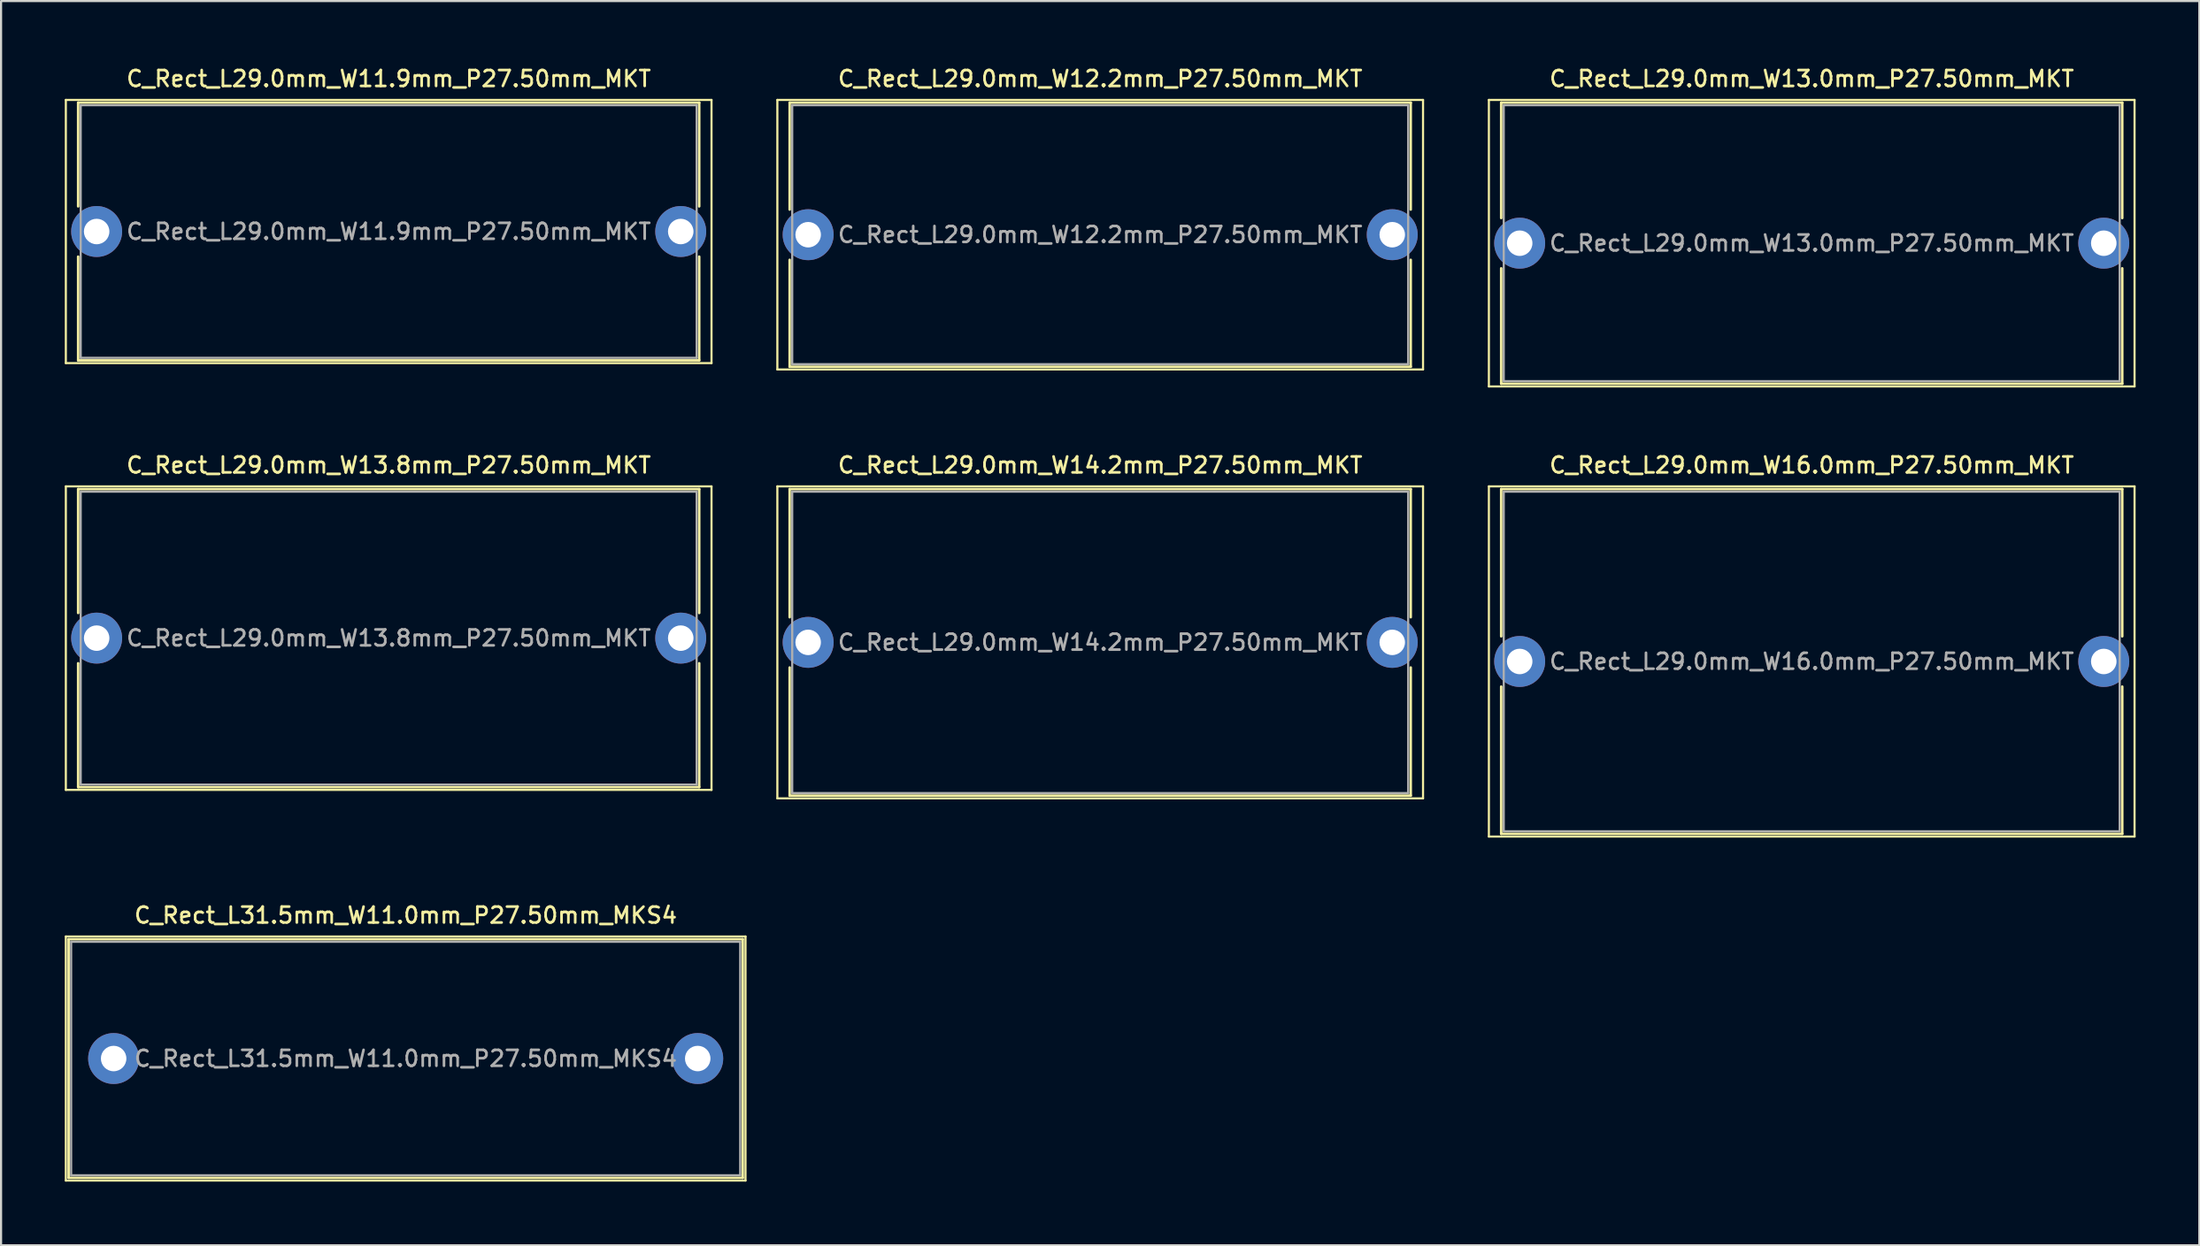
<source format=kicad_pcb>
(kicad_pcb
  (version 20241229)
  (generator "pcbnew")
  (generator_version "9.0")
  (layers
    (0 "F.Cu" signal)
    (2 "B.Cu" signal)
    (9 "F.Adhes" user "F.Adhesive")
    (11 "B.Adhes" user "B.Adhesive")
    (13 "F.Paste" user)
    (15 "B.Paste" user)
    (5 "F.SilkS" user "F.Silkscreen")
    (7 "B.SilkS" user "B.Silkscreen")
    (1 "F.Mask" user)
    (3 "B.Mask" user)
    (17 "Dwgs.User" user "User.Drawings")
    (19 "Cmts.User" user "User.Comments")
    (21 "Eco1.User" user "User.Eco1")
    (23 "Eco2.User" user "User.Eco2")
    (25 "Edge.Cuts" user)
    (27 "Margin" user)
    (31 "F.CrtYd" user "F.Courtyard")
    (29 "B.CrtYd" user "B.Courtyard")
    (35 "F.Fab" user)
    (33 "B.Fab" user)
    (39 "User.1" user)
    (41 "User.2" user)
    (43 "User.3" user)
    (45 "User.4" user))
  (footprint "C_Rect_L29.0mm_W12.2mm_P27.50mm_MKT"
    (layer "F.Cu")
    (at 35 8.008)
    (property "Reference" "C_Rect_L29.0mm_W12.2mm_P27.50mm_MKT" (at 13.75 -7.35 0) (layer "F.SilkS") (effects (font (size 0.75 0.75) (thickness 0.125))))
    (attr through_hole)
    (fp_line (start -1.45 -6.35) (end -1.45 6.35) (stroke (width 0.1) (type solid)) (layer "F.SilkS"))
    (fp_line (start -1.45 6.35) (end 28.95 6.35) (stroke (width 0.1) (type solid)) (layer "F.SilkS"))
    (fp_line (start -0.87 -6.22) (end -0.87 -1.185) (stroke (width 0.12) (type solid)) (layer "F.SilkS"))
    (fp_line (start -0.87 -6.22) (end 28.37 -6.22) (stroke (width 0.12) (type solid)) (layer "F.SilkS"))
    (fp_line (start -0.87 1.185) (end -0.87 6.22) (stroke (width 0.12) (type solid)) (layer "F.SilkS"))
    (fp_line (start -0.87 6.22) (end 28.37 6.22) (stroke (width 0.12) (type solid)) (layer "F.SilkS"))
    (fp_line (start 28.37 -6.22) (end 28.37 -1.185) (stroke (width 0.12) (type solid)) (layer "F.SilkS"))
    (fp_line (start 28.37 1.185) (end 28.37 6.22) (stroke (width 0.12) (type solid)) (layer "F.SilkS"))
    (fp_line (start 28.95 -6.35) (end -1.45 -6.35) (stroke (width 0.1) (type solid)) (layer "F.SilkS"))
    (fp_line (start 28.95 6.35) (end 28.95 -6.35) (stroke (width 0.1) (type solid)) (layer "F.SilkS"))
    (fp_line (start -0.75 -6.1) (end -0.75 6.1) (stroke (width 0.1) (type solid)) (layer "F.Fab"))
    (fp_line (start -0.75 6.1) (end 28.25 6.1) (stroke (width 0.1) (type solid)) (layer "F.Fab"))
    (fp_line (start 28.25 -6.1) (end -0.75 -6.1) (stroke (width 0.1) (type solid)) (layer "F.Fab"))
    (fp_line (start 28.25 6.1) (end 28.25 -6.1) (stroke (width 0.1) (type solid)) (layer "F.Fab"))
    (fp_text user "${REFERENCE}" (at 13.75 0 0) (layer "F.Fab") (effects (font (size 0.75 0.75) (thickness 0.125))))
    (pad "1" thru_hole circle (at 0 0) (size 2.4 2.4) (drill 1.2) (layers "*.Cu" "*.Mask"))
    (pad "2" thru_hole circle (at 27.5 0) (size 2.4 2.4) (drill 1.2) (layers "*.Cu" "*.Mask")))
  (footprint "C_Rect_L29.0mm_W13.0mm_P27.50mm_MKT"
    (layer "F.Cu")
    (at 68.5 8.408)
    (property "Reference" "C_Rect_L29.0mm_W13.0mm_P27.50mm_MKT" (at 13.75 -7.75 0) (layer "F.SilkS") (effects (font (size 0.75 0.75) (thickness 0.125))))
    (attr through_hole)
    (fp_line (start -1.45 -6.75) (end -1.45 6.75) (stroke (width 0.1) (type solid)) (layer "F.SilkS"))
    (fp_line (start -1.45 6.75) (end 28.95 6.75) (stroke (width 0.1) (type solid)) (layer "F.SilkS"))
    (fp_line (start -0.87 -6.62) (end -0.87 -1.185) (stroke (width 0.12) (type solid)) (layer "F.SilkS"))
    (fp_line (start -0.87 -6.62) (end 28.37 -6.62) (stroke (width 0.12) (type solid)) (layer "F.SilkS"))
    (fp_line (start -0.87 1.185) (end -0.87 6.62) (stroke (width 0.12) (type solid)) (layer "F.SilkS"))
    (fp_line (start -0.87 6.62) (end 28.37 6.62) (stroke (width 0.12) (type solid)) (layer "F.SilkS"))
    (fp_line (start 28.37 -6.62) (end 28.37 -1.185) (stroke (width 0.12) (type solid)) (layer "F.SilkS"))
    (fp_line (start 28.37 1.185) (end 28.37 6.62) (stroke (width 0.12) (type solid)) (layer "F.SilkS"))
    (fp_line (start 28.95 -6.75) (end -1.45 -6.75) (stroke (width 0.1) (type solid)) (layer "F.SilkS"))
    (fp_line (start 28.95 6.75) (end 28.95 -6.75) (stroke (width 0.1) (type solid)) (layer "F.SilkS"))
    (fp_line (start -0.75 -6.5) (end -0.75 6.5) (stroke (width 0.1) (type solid)) (layer "F.Fab"))
    (fp_line (start -0.75 6.5) (end 28.25 6.5) (stroke (width 0.1) (type solid)) (layer "F.Fab"))
    (fp_line (start 28.25 -6.5) (end -0.75 -6.5) (stroke (width 0.1) (type solid)) (layer "F.Fab"))
    (fp_line (start 28.25 6.5) (end 28.25 -6.5) (stroke (width 0.1) (type solid)) (layer "F.Fab"))
    (fp_text user "${REFERENCE}" (at 13.75 0 0) (layer "F.Fab") (effects (font (size 0.75 0.75) (thickness 0.125))))
    (pad "1" thru_hole circle (at 0 0) (size 2.4 2.4) (drill 1.2) (layers "*.Cu" "*.Mask"))
    (pad "2" thru_hole circle (at 27.5 0) (size 2.4 2.4) (drill 1.2) (layers "*.Cu" "*.Mask")))
  (footprint "C_Rect_L29.0mm_W16.0mm_P27.50mm_MKT"
    (layer "F.Cu")
    (at 68.5 28.116)
    (property "Reference" "C_Rect_L29.0mm_W16.0mm_P27.50mm_MKT" (at 13.75 -9.25 0) (layer "F.SilkS") (effects (font (size 0.75 0.75) (thickness 0.125))))
    (attr through_hole)
    (fp_line (start -1.45 -8.25) (end -1.45 8.25) (stroke (width 0.1) (type solid)) (layer "F.SilkS"))
    (fp_line (start -1.45 8.25) (end 28.95 8.25) (stroke (width 0.1) (type solid)) (layer "F.SilkS"))
    (fp_line (start -0.87 -8.12) (end -0.87 -1.185) (stroke (width 0.12) (type solid)) (layer "F.SilkS"))
    (fp_line (start -0.87 -8.12) (end 28.37 -8.12) (stroke (width 0.12) (type solid)) (layer "F.SilkS"))
    (fp_line (start -0.87 1.185) (end -0.87 8.12) (stroke (width 0.12) (type solid)) (layer "F.SilkS"))
    (fp_line (start -0.87 8.12) (end 28.37 8.12) (stroke (width 0.12) (type solid)) (layer "F.SilkS"))
    (fp_line (start 28.37 -8.12) (end 28.37 -1.185) (stroke (width 0.12) (type solid)) (layer "F.SilkS"))
    (fp_line (start 28.37 1.185) (end 28.37 8.12) (stroke (width 0.12) (type solid)) (layer "F.SilkS"))
    (fp_line (start 28.95 -8.25) (end -1.45 -8.25) (stroke (width 0.1) (type solid)) (layer "F.SilkS"))
    (fp_line (start 28.95 8.25) (end 28.95 -8.25) (stroke (width 0.1) (type solid)) (layer "F.SilkS"))
    (fp_line (start -0.75 -8) (end -0.75 8) (stroke (width 0.1) (type solid)) (layer "F.Fab"))
    (fp_line (start -0.75 8) (end 28.25 8) (stroke (width 0.1) (type solid)) (layer "F.Fab"))
    (fp_line (start 28.25 -8) (end -0.75 -8) (stroke (width 0.1) (type solid)) (layer "F.Fab"))
    (fp_line (start 28.25 8) (end 28.25 -8) (stroke (width 0.1) (type solid)) (layer "F.Fab"))
    (fp_text user "${REFERENCE}" (at 13.75 0 0) (layer "F.Fab") (effects (font (size 0.75 0.75) (thickness 0.125))))
    (pad "1" thru_hole circle (at 0 0) (size 2.4 2.4) (drill 1.2) (layers "*.Cu" "*.Mask"))
    (pad "2" thru_hole circle (at 27.5 0) (size 2.4 2.4) (drill 1.2) (layers "*.Cu" "*.Mask")))
  (footprint "C_Rect_L29.0mm_W11.9mm_P27.50mm_MKT"
    (layer "F.Cu")
    (at 1.5 7.858)
    (property "Reference" "C_Rect_L29.0mm_W11.9mm_P27.50mm_MKT" (at 13.75 -7.2 0) (layer "F.SilkS") (effects (font (size 0.75 0.75) (thickness 0.125))))
    (attr through_hole)
    (fp_line (start -1.45 -6.2) (end -1.45 6.2) (stroke (width 0.1) (type solid)) (layer "F.SilkS"))
    (fp_line (start -1.45 6.2) (end 28.95 6.2) (stroke (width 0.1) (type solid)) (layer "F.SilkS"))
    (fp_line (start -0.87 -6.07) (end -0.87 -1.185) (stroke (width 0.12) (type solid)) (layer "F.SilkS"))
    (fp_line (start -0.87 -6.07) (end 28.37 -6.07) (stroke (width 0.12) (type solid)) (layer "F.SilkS"))
    (fp_line (start -0.87 1.185) (end -0.87 6.07) (stroke (width 0.12) (type solid)) (layer "F.SilkS"))
    (fp_line (start -0.87 6.07) (end 28.37 6.07) (stroke (width 0.12) (type solid)) (layer "F.SilkS"))
    (fp_line (start 28.37 -6.07) (end 28.37 -1.185) (stroke (width 0.12) (type solid)) (layer "F.SilkS"))
    (fp_line (start 28.37 1.185) (end 28.37 6.07) (stroke (width 0.12) (type solid)) (layer "F.SilkS"))
    (fp_line (start 28.95 -6.2) (end -1.45 -6.2) (stroke (width 0.1) (type solid)) (layer "F.SilkS"))
    (fp_line (start 28.95 6.2) (end 28.95 -6.2) (stroke (width 0.1) (type solid)) (layer "F.SilkS"))
    (fp_line (start -0.75 -5.95) (end -0.75 5.95) (stroke (width 0.1) (type solid)) (layer "F.Fab"))
    (fp_line (start -0.75 5.95) (end 28.25 5.95) (stroke (width 0.1) (type solid)) (layer "F.Fab"))
    (fp_line (start 28.25 -5.95) (end -0.75 -5.95) (stroke (width 0.1) (type solid)) (layer "F.Fab"))
    (fp_line (start 28.25 5.95) (end 28.25 -5.95) (stroke (width 0.1) (type solid)) (layer "F.Fab"))
    (fp_text user "${REFERENCE}" (at 13.75 0 0) (layer "F.Fab") (effects (font (size 0.75 0.75) (thickness 0.125))))
    (pad "1" thru_hole circle (at 0 0) (size 2.4 2.4) (drill 1.2) (layers "*.Cu" "*.Mask"))
    (pad "2" thru_hole circle (at 27.5 0) (size 2.4 2.4) (drill 1.2) (layers "*.Cu" "*.Mask")))
  (footprint "C_Rect_L29.0mm_W14.2mm_P27.50mm_MKT"
    (layer "F.Cu")
    (at 35 27.216)
    (property "Reference" "C_Rect_L29.0mm_W14.2mm_P27.50mm_MKT" (at 13.75 -8.35 0) (layer "F.SilkS") (effects (font (size 0.75 0.75) (thickness 0.125))))
    (attr through_hole)
    (fp_line (start -1.45 -7.35) (end -1.45 7.35) (stroke (width 0.1) (type solid)) (layer "F.SilkS"))
    (fp_line (start -1.45 7.35) (end 28.95 7.35) (stroke (width 0.1) (type solid)) (layer "F.SilkS"))
    (fp_line (start -0.87 -7.22) (end -0.87 -1.185) (stroke (width 0.12) (type solid)) (layer "F.SilkS"))
    (fp_line (start -0.87 -7.22) (end 28.37 -7.22) (stroke (width 0.12) (type solid)) (layer "F.SilkS"))
    (fp_line (start -0.87 1.185) (end -0.87 7.22) (stroke (width 0.12) (type solid)) (layer "F.SilkS"))
    (fp_line (start -0.87 7.22) (end 28.37 7.22) (stroke (width 0.12) (type solid)) (layer "F.SilkS"))
    (fp_line (start 28.37 -7.22) (end 28.37 -1.185) (stroke (width 0.12) (type solid)) (layer "F.SilkS"))
    (fp_line (start 28.37 1.185) (end 28.37 7.22) (stroke (width 0.12) (type solid)) (layer "F.SilkS"))
    (fp_line (start 28.95 -7.35) (end -1.45 -7.35) (stroke (width 0.1) (type solid)) (layer "F.SilkS"))
    (fp_line (start 28.95 7.35) (end 28.95 -7.35) (stroke (width 0.1) (type solid)) (layer "F.SilkS"))
    (fp_line (start -0.75 -7.1) (end -0.75 7.1) (stroke (width 0.1) (type solid)) (layer "F.Fab"))
    (fp_line (start -0.75 7.1) (end 28.25 7.1) (stroke (width 0.1) (type solid)) (layer "F.Fab"))
    (fp_line (start 28.25 -7.1) (end -0.75 -7.1) (stroke (width 0.1) (type solid)) (layer "F.Fab"))
    (fp_line (start 28.25 7.1) (end 28.25 -7.1) (stroke (width 0.1) (type solid)) (layer "F.Fab"))
    (fp_text user "${REFERENCE}" (at 13.75 0 0) (layer "F.Fab") (effects (font (size 0.75 0.75) (thickness 0.125))))
    (pad "1" thru_hole circle (at 0 0) (size 2.4 2.4) (drill 1.2) (layers "*.Cu" "*.Mask"))
    (pad "2" thru_hole circle (at 27.5 0) (size 2.4 2.4) (drill 1.2) (layers "*.Cu" "*.Mask")))
  (footprint "C_Rect_L31.5mm_W11.0mm_P27.50mm_MKS4"
    (layer "F.Cu")
    (at 2.3 46.824)
    (property "Reference" "C_Rect_L31.5mm_W11.0mm_P27.50mm_MKS4" (at 13.75 -6.75 0) (layer "F.SilkS") (effects (font (size 0.75 0.75) (thickness 0.125))))
    (attr through_hole)
    (fp_line (start -2.25 -5.75) (end -2.25 5.75) (stroke (width 0.1) (type solid)) (layer "F.SilkS"))
    (fp_line (start -2.25 5.75) (end 29.75 5.75) (stroke (width 0.1) (type solid)) (layer "F.SilkS"))
    (fp_line (start -2.12 -5.62) (end -2.12 5.62) (stroke (width 0.12) (type solid)) (layer "F.SilkS"))
    (fp_line (start -2.12 -5.62) (end 29.62 -5.62) (stroke (width 0.12) (type solid)) (layer "F.SilkS"))
    (fp_line (start -2.12 5.62) (end 29.62 5.62) (stroke (width 0.12) (type solid)) (layer "F.SilkS"))
    (fp_line (start 29.62 -5.62) (end 29.62 5.62) (stroke (width 0.12) (type solid)) (layer "F.SilkS"))
    (fp_line (start 29.75 -5.75) (end -2.25 -5.75) (stroke (width 0.1) (type solid)) (layer "F.SilkS"))
    (fp_line (start 29.75 5.75) (end 29.75 -5.75) (stroke (width 0.1) (type solid)) (layer "F.SilkS"))
    (fp_line (start -2 -5.5) (end -2 5.5) (stroke (width 0.1) (type solid)) (layer "F.Fab"))
    (fp_line (start -2 5.5) (end 29.5 5.5) (stroke (width 0.1) (type solid)) (layer "F.Fab"))
    (fp_line (start 29.5 -5.5) (end -2 -5.5) (stroke (width 0.1) (type solid)) (layer "F.Fab"))
    (fp_line (start 29.5 5.5) (end 29.5 -5.5) (stroke (width 0.1) (type solid)) (layer "F.Fab"))
    (fp_text user "${REFERENCE}" (at 13.75 0 0) (layer "F.Fab") (effects (font (size 0.75 0.75) (thickness 0.125))))
    (pad "1" thru_hole circle (at 0 0) (size 2.4 2.4) (drill 1.2) (layers "*.Cu" "*.Mask"))
    (pad "2" thru_hole circle (at 27.5 0) (size 2.4 2.4) (drill 1.2) (layers "*.Cu" "*.Mask")))
  (footprint "C_Rect_L29.0mm_W13.8mm_P27.50mm_MKT"
    (layer "F.Cu")
    (at 1.5 27.016)
    (property "Reference" "C_Rect_L29.0mm_W13.8mm_P27.50mm_MKT" (at 13.75 -8.15 0) (layer "F.SilkS") (effects (font (size 0.75 0.75) (thickness 0.125))))
    (attr through_hole)
    (fp_line (start -1.45 -7.15) (end -1.45 7.15) (stroke (width 0.1) (type solid)) (layer "F.SilkS"))
    (fp_line (start -1.45 7.15) (end 28.95 7.15) (stroke (width 0.1) (type solid)) (layer "F.SilkS"))
    (fp_line (start -0.87 -7.02) (end -0.87 -1.185) (stroke (width 0.12) (type solid)) (layer "F.SilkS"))
    (fp_line (start -0.87 -7.02) (end 28.37 -7.02) (stroke (width 0.12) (type solid)) (layer "F.SilkS"))
    (fp_line (start -0.87 1.185) (end -0.87 7.02) (stroke (width 0.12) (type solid)) (layer "F.SilkS"))
    (fp_line (start -0.87 7.02) (end 28.37 7.02) (stroke (width 0.12) (type solid)) (layer "F.SilkS"))
    (fp_line (start 28.37 -7.02) (end 28.37 -1.185) (stroke (width 0.12) (type solid)) (layer "F.SilkS"))
    (fp_line (start 28.37 1.185) (end 28.37 7.02) (stroke (width 0.12) (type solid)) (layer "F.SilkS"))
    (fp_line (start 28.95 -7.15) (end -1.45 -7.15) (stroke (width 0.1) (type solid)) (layer "F.SilkS"))
    (fp_line (start 28.95 7.15) (end 28.95 -7.15) (stroke (width 0.1) (type solid)) (layer "F.SilkS"))
    (fp_line (start -0.75 -6.9) (end -0.75 6.9) (stroke (width 0.1) (type solid)) (layer "F.Fab"))
    (fp_line (start -0.75 6.9) (end 28.25 6.9) (stroke (width 0.1) (type solid)) (layer "F.Fab"))
    (fp_line (start 28.25 -6.9) (end -0.75 -6.9) (stroke (width 0.1) (type solid)) (layer "F.Fab"))
    (fp_line (start 28.25 6.9) (end 28.25 -6.9) (stroke (width 0.1) (type solid)) (layer "F.Fab"))
    (fp_text user "${REFERENCE}" (at 13.75 0 0) (layer "F.Fab") (effects (font (size 0.75 0.75) (thickness 0.125))))
    (pad "1" thru_hole circle (at 0 0) (size 2.4 2.4) (drill 1.2) (layers "*.Cu" "*.Mask"))
    (pad "2" thru_hole circle (at 27.5 0) (size 2.4 2.4) (drill 1.2) (layers "*.Cu" "*.Mask")))
  (gr_rect
    (start -3 -3)
    (end 100.5 55.624)
    (stroke (width 0.1) (type default))
    (fill no)
    (layer "Edge.Cuts")))
</source>
